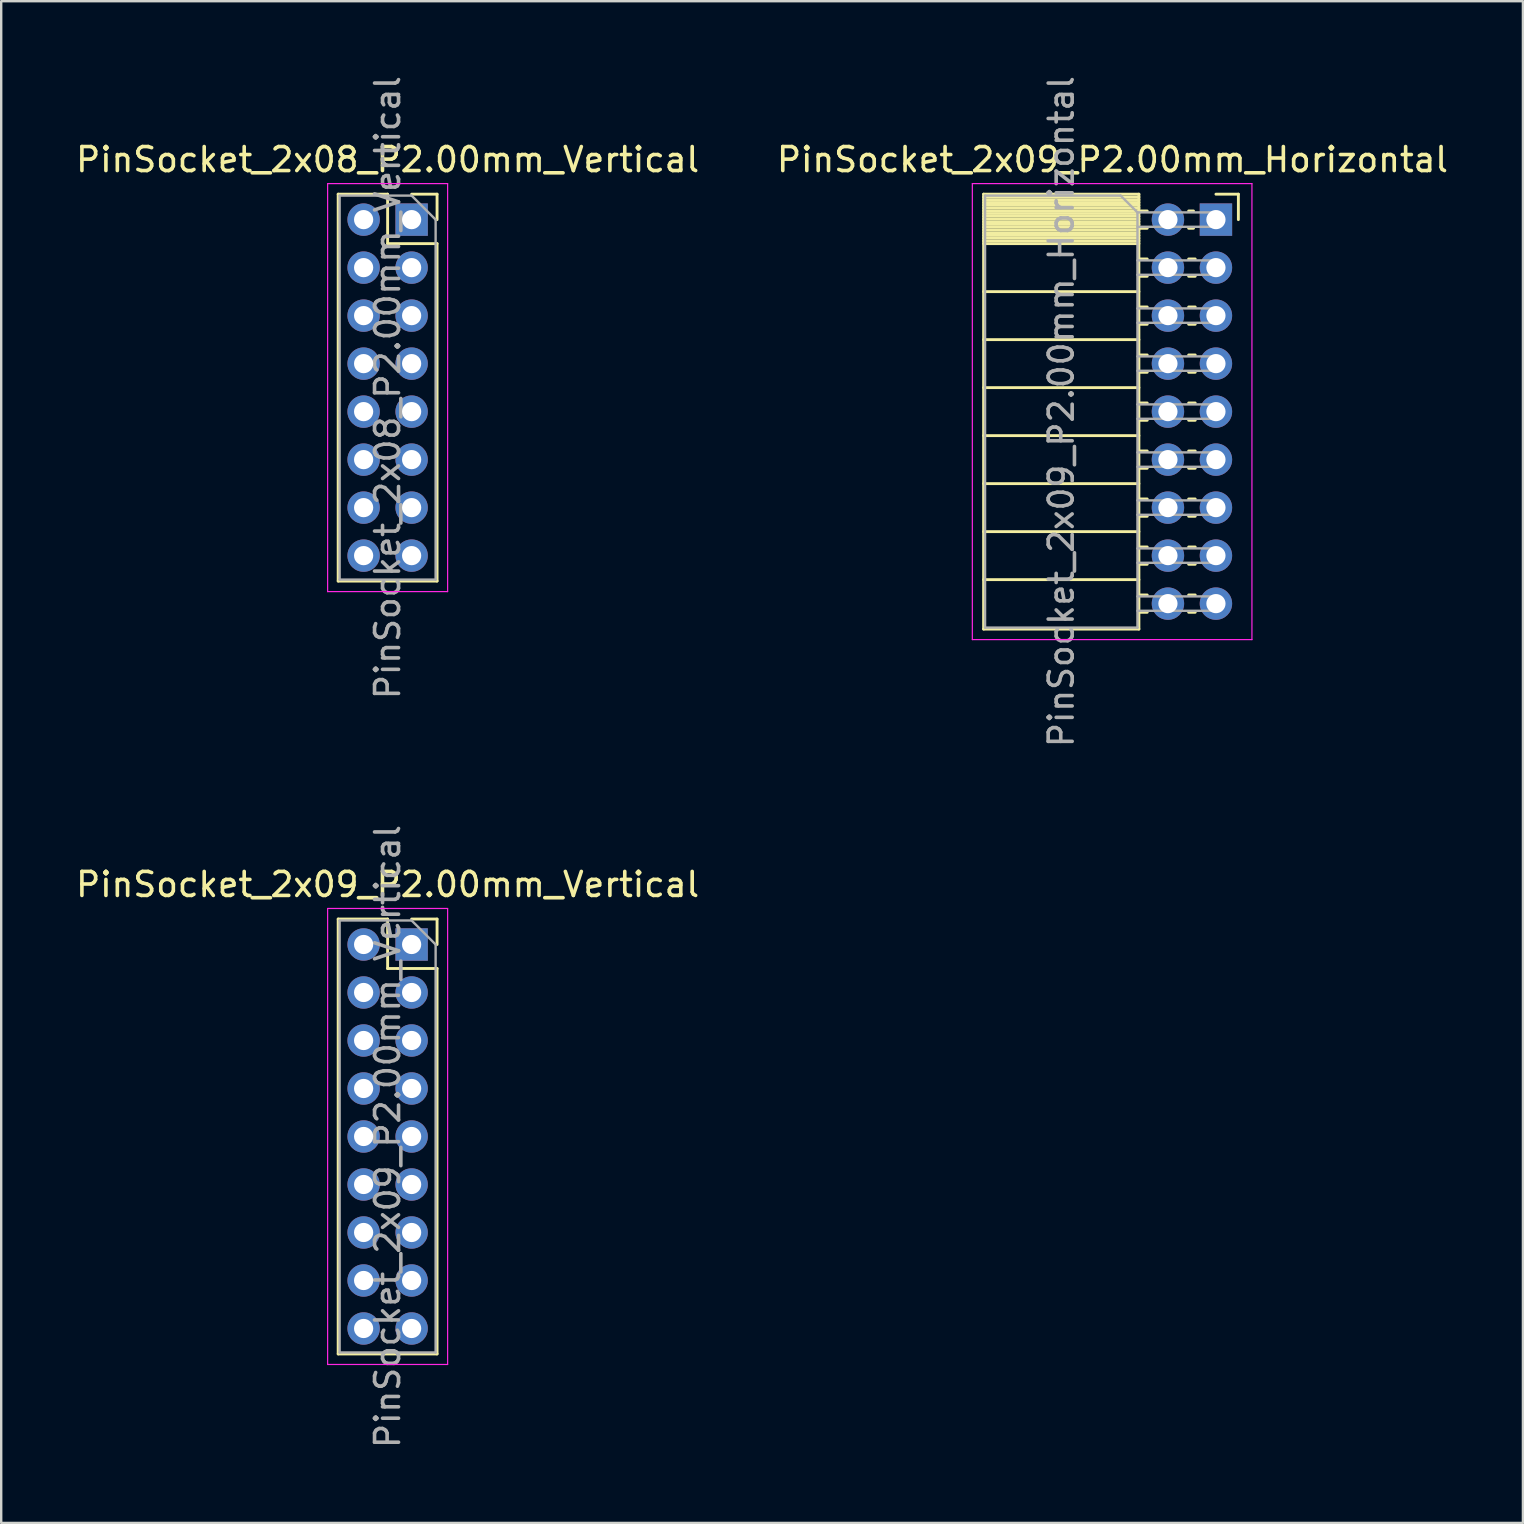
<source format=kicad_pcb>
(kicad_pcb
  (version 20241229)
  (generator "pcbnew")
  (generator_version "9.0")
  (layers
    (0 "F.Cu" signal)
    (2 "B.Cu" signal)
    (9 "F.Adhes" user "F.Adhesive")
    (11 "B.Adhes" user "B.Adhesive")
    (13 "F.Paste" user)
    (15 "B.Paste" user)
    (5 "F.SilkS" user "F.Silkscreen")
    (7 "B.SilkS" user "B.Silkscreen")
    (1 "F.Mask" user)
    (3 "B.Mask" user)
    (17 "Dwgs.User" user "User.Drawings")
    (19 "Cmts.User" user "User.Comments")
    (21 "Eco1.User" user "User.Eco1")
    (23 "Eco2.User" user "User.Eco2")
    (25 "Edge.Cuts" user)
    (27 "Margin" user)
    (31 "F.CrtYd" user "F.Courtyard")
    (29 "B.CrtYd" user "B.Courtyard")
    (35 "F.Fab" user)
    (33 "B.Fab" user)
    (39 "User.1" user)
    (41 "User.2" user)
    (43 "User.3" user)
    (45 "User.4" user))
  (footprint "PinSocket_2x09_P2.00mm_Vertical"
    (layer "F.Cu")
    (at 14.101 36.304)
    (property "Reference" "PinSocket_2x09_P2.00mm_Vertical" (at -1 -2.5 0) (layer "F.SilkS") (effects (font (size 1 1) (thickness 0.15))))
    (attr through_hole)
    (fp_line (start -3.06 -1.06) (end -3.06 17.06) (stroke (width 0.12) (type solid)) (layer "F.SilkS"))
    (fp_line (start -3.06 -1.06) (end -1 -1.06) (stroke (width 0.12) (type solid)) (layer "F.SilkS"))
    (fp_line (start -3.06 17.06) (end 1.06 17.06) (stroke (width 0.12) (type solid)) (layer "F.SilkS"))
    (fp_line (start -1 -1.06) (end -1 1) (stroke (width 0.12) (type solid)) (layer "F.SilkS"))
    (fp_line (start -1 1) (end 1.06 1) (stroke (width 0.12) (type solid)) (layer "F.SilkS"))
    (fp_line (start 0 -1.06) (end 1.06 -1.06) (stroke (width 0.12) (type solid)) (layer "F.SilkS"))
    (fp_line (start 1.06 -1.06) (end 1.06 0) (stroke (width 0.12) (type solid)) (layer "F.SilkS"))
    (fp_line (start 1.06 1) (end 1.06 17.06) (stroke (width 0.12) (type solid)) (layer "F.SilkS"))
    (fp_line (start -3.5 -1.5) (end 1.5 -1.5) (stroke (width 0.05) (type solid)) (layer "F.CrtYd"))
    (fp_line (start -3.5 17.5) (end -3.5 -1.5) (stroke (width 0.05) (type solid)) (layer "F.CrtYd"))
    (fp_line (start 1.5 -1.5) (end 1.5 17.5) (stroke (width 0.05) (type solid)) (layer "F.CrtYd"))
    (fp_line (start 1.5 17.5) (end -3.5 17.5) (stroke (width 0.05) (type solid)) (layer "F.CrtYd"))
    (fp_line (start -3 -1) (end 0 -1) (stroke (width 0.1) (type solid)) (layer "F.Fab"))
    (fp_line (start -3 17) (end -3 -1) (stroke (width 0.1) (type solid)) (layer "F.Fab"))
    (fp_line (start 0 -1) (end 1 0) (stroke (width 0.1) (type solid)) (layer "F.Fab"))
    (fp_line (start 1 0) (end 1 17) (stroke (width 0.1) (type solid)) (layer "F.Fab"))
    (fp_line (start 1 17) (end -3 17) (stroke (width 0.1) (type solid)) (layer "F.Fab"))
    (fp_text user "${REFERENCE}" (at -1 8 90) (layer "F.Fab") (effects (font (size 1 1) (thickness 0.15))))
    (pad "1" thru_hole rect (at 0 0) (size 1.35 1.35) (drill 0.8) (layers "*.Cu" "*.Mask"))
    (pad "2" thru_hole oval (at -2 0) (size 1.35 1.35) (drill 0.8) (layers "*.Cu" "*.Mask"))
    (pad "3" thru_hole oval (at 0 2) (size 1.35 1.35) (drill 0.8) (layers "*.Cu" "*.Mask"))
    (pad "4" thru_hole oval (at -2 2) (size 1.35 1.35) (drill 0.8) (layers "*.Cu" "*.Mask"))
    (pad "5" thru_hole oval (at 0 4) (size 1.35 1.35) (drill 0.8) (layers "*.Cu" "*.Mask"))
    (pad "6" thru_hole oval (at -2 4) (size 1.35 1.35) (drill 0.8) (layers "*.Cu" "*.Mask"))
    (pad "7" thru_hole oval (at 0 6) (size 1.35 1.35) (drill 0.8) (layers "*.Cu" "*.Mask"))
    (pad "8" thru_hole oval (at -2 6) (size 1.35 1.35) (drill 0.8) (layers "*.Cu" "*.Mask"))
    (pad "9" thru_hole oval (at 0 8) (size 1.35 1.35) (drill 0.8) (layers "*.Cu" "*.Mask"))
    (pad "10" thru_hole oval (at -2 8) (size 1.35 1.35) (drill 0.8) (layers "*.Cu" "*.Mask"))
    (pad "11" thru_hole oval (at 0 10) (size 1.35 1.35) (drill 0.8) (layers "*.Cu" "*.Mask"))
    (pad "12" thru_hole oval (at -2 10) (size 1.35 1.35) (drill 0.8) (layers "*.Cu" "*.Mask"))
    (pad "13" thru_hole oval (at 0 12) (size 1.35 1.35) (drill 0.8) (layers "*.Cu" "*.Mask"))
    (pad "14" thru_hole oval (at -2 12) (size 1.35 1.35) (drill 0.8) (layers "*.Cu" "*.Mask"))
    (pad "15" thru_hole oval (at 0 14) (size 1.35 1.35) (drill 0.8) (layers "*.Cu" "*.Mask"))
    (pad "16" thru_hole oval (at -2 14) (size 1.35 1.35) (drill 0.8) (layers "*.Cu" "*.Mask"))
    (pad "17" thru_hole oval (at 0 16) (size 1.35 1.35) (drill 0.8) (layers "*.Cu" "*.Mask"))
    (pad "18" thru_hole oval (at -2 16) (size 1.35 1.35) (drill 0.8) (layers "*.Cu" "*.Mask")))
  (footprint "PinSocket_2x08_P2.00mm_Vertical"
    (layer "F.Cu")
    (at 14.101 6.101)
    (property "Reference" "PinSocket_2x08_P2.00mm_Vertical" (at -1 -2.5 0) (layer "F.SilkS") (effects (font (size 1 1) (thickness 0.15))))
    (attr through_hole)
    (fp_line (start -3.06 -1.06) (end -3.06 15.06) (stroke (width 0.12) (type solid)) (layer "F.SilkS"))
    (fp_line (start -3.06 -1.06) (end -1 -1.06) (stroke (width 0.12) (type solid)) (layer "F.SilkS"))
    (fp_line (start -3.06 15.06) (end 1.06 15.06) (stroke (width 0.12) (type solid)) (layer "F.SilkS"))
    (fp_line (start -1 -1.06) (end -1 1) (stroke (width 0.12) (type solid)) (layer "F.SilkS"))
    (fp_line (start -1 1) (end 1.06 1) (stroke (width 0.12) (type solid)) (layer "F.SilkS"))
    (fp_line (start 0 -1.06) (end 1.06 -1.06) (stroke (width 0.12) (type solid)) (layer "F.SilkS"))
    (fp_line (start 1.06 -1.06) (end 1.06 0) (stroke (width 0.12) (type solid)) (layer "F.SilkS"))
    (fp_line (start 1.06 1) (end 1.06 15.06) (stroke (width 0.12) (type solid)) (layer "F.SilkS"))
    (fp_line (start -3.5 -1.5) (end 1.5 -1.5) (stroke (width 0.05) (type solid)) (layer "F.CrtYd"))
    (fp_line (start -3.5 15.5) (end -3.5 -1.5) (stroke (width 0.05) (type solid)) (layer "F.CrtYd"))
    (fp_line (start 1.5 -1.5) (end 1.5 15.5) (stroke (width 0.05) (type solid)) (layer "F.CrtYd"))
    (fp_line (start 1.5 15.5) (end -3.5 15.5) (stroke (width 0.05) (type solid)) (layer "F.CrtYd"))
    (fp_line (start -3 -1) (end 0 -1) (stroke (width 0.1) (type solid)) (layer "F.Fab"))
    (fp_line (start -3 15) (end -3 -1) (stroke (width 0.1) (type solid)) (layer "F.Fab"))
    (fp_line (start 0 -1) (end 1 0) (stroke (width 0.1) (type solid)) (layer "F.Fab"))
    (fp_line (start 1 0) (end 1 15) (stroke (width 0.1) (type solid)) (layer "F.Fab"))
    (fp_line (start 1 15) (end -3 15) (stroke (width 0.1) (type solid)) (layer "F.Fab"))
    (fp_text user "${REFERENCE}" (at -1 7 90) (layer "F.Fab") (effects (font (size 1 1) (thickness 0.15))))
    (pad "1" thru_hole rect (at 0 0) (size 1.35 1.35) (drill 0.8) (layers "*.Cu" "*.Mask"))
    (pad "2" thru_hole oval (at -2 0) (size 1.35 1.35) (drill 0.8) (layers "*.Cu" "*.Mask"))
    (pad "3" thru_hole oval (at 0 2) (size 1.35 1.35) (drill 0.8) (layers "*.Cu" "*.Mask"))
    (pad "4" thru_hole oval (at -2 2) (size 1.35 1.35) (drill 0.8) (layers "*.Cu" "*.Mask"))
    (pad "5" thru_hole oval (at 0 4) (size 1.35 1.35) (drill 0.8) (layers "*.Cu" "*.Mask"))
    (pad "6" thru_hole oval (at -2 4) (size 1.35 1.35) (drill 0.8) (layers "*.Cu" "*.Mask"))
    (pad "7" thru_hole oval (at 0 6) (size 1.35 1.35) (drill 0.8) (layers "*.Cu" "*.Mask"))
    (pad "8" thru_hole oval (at -2 6) (size 1.35 1.35) (drill 0.8) (layers "*.Cu" "*.Mask"))
    (pad "9" thru_hole oval (at 0 8) (size 1.35 1.35) (drill 0.8) (layers "*.Cu" "*.Mask"))
    (pad "10" thru_hole oval (at -2 8) (size 1.35 1.35) (drill 0.8) (layers "*.Cu" "*.Mask"))
    (pad "11" thru_hole oval (at 0 10) (size 1.35 1.35) (drill 0.8) (layers "*.Cu" "*.Mask"))
    (pad "12" thru_hole oval (at -2 10) (size 1.35 1.35) (drill 0.8) (layers "*.Cu" "*.Mask"))
    (pad "13" thru_hole oval (at 0 12) (size 1.35 1.35) (drill 0.8) (layers "*.Cu" "*.Mask"))
    (pad "14" thru_hole oval (at -2 12) (size 1.35 1.35) (drill 0.8) (layers "*.Cu" "*.Mask"))
    (pad "15" thru_hole oval (at 0 14) (size 1.35 1.35) (drill 0.8) (layers "*.Cu" "*.Mask"))
    (pad "16" thru_hole oval (at -2 14) (size 1.35 1.35) (drill 0.8) (layers "*.Cu" "*.Mask")))
  (footprint "PinSocket_2x09_P2.00mm_Horizontal"
    (layer "F.Cu")
    (at 47.614 6.101)
    (property "Reference" "PinSocket_2x09_P2.00mm_Horizontal" (at -4.31 -2.5 0) (layer "F.SilkS") (effects (font (size 1 1) (thickness 0.15))))
    (attr through_hole)
    (fp_line (start -9.68 -1.06) (end -9.68 17.06) (stroke (width 0.12) (type solid)) (layer "F.SilkS"))
    (fp_line (start -9.68 -1.06) (end -3.21 -1.06) (stroke (width 0.12) (type solid)) (layer "F.SilkS"))
    (fp_line (start -9.68 -0.94) (end -3.21 -0.94) (stroke (width 0.12) (type solid)) (layer "F.SilkS"))
    (fp_line (start -9.68 -0.826) (end -3.21 -0.826) (stroke (width 0.12) (type solid)) (layer "F.SilkS"))
    (fp_line (start -9.68 -0.712) (end -3.21 -0.712) (stroke (width 0.12) (type solid)) (layer "F.SilkS"))
    (fp_line (start -9.68 -0.598) (end -3.21 -0.598) (stroke (width 0.12) (type solid)) (layer "F.SilkS"))
    (fp_line (start -9.68 -0.484) (end -3.21 -0.484) (stroke (width 0.12) (type solid)) (layer "F.SilkS"))
    (fp_line (start -9.68 -0.369) (end -3.21 -0.369) (stroke (width 0.12) (type solid)) (layer "F.SilkS"))
    (fp_line (start -9.68 -0.255) (end -3.21 -0.255) (stroke (width 0.12) (type solid)) (layer "F.SilkS"))
    (fp_line (start -9.68 -0.141) (end -3.21 -0.141) (stroke (width 0.12) (type solid)) (layer "F.SilkS"))
    (fp_line (start -9.68 -0.027) (end -3.21 -0.027) (stroke (width 0.12) (type solid)) (layer "F.SilkS"))
    (fp_line (start -9.68 0.087) (end -3.21 0.087) (stroke (width 0.12) (type solid)) (layer "F.SilkS"))
    (fp_line (start -9.68 0.201) (end -3.21 0.201) (stroke (width 0.12) (type solid)) (layer "F.SilkS"))
    (fp_line (start -9.68 0.315) (end -3.21 0.315) (stroke (width 0.12) (type solid)) (layer "F.SilkS"))
    (fp_line (start -9.68 0.429) (end -3.21 0.429) (stroke (width 0.12) (type solid)) (layer "F.SilkS"))
    (fp_line (start -9.68 0.544) (end -3.21 0.544) (stroke (width 0.12) (type solid)) (layer "F.SilkS"))
    (fp_line (start -9.68 0.658) (end -3.21 0.658) (stroke (width 0.12) (type solid)) (layer "F.SilkS"))
    (fp_line (start -9.68 0.772) (end -3.21 0.772) (stroke (width 0.12) (type solid)) (layer "F.SilkS"))
    (fp_line (start -9.68 0.886) (end -3.21 0.886) (stroke (width 0.12) (type solid)) (layer "F.SilkS"))
    (fp_line (start -9.68 1) (end -3.21 1) (stroke (width 0.12) (type solid)) (layer "F.SilkS"))
    (fp_line (start -9.68 3) (end -3.21 3) (stroke (width 0.12) (type solid)) (layer "F.SilkS"))
    (fp_line (start -9.68 5) (end -3.21 5) (stroke (width 0.12) (type solid)) (layer "F.SilkS"))
    (fp_line (start -9.68 7) (end -3.21 7) (stroke (width 0.12) (type solid)) (layer "F.SilkS"))
    (fp_line (start -9.68 9) (end -3.21 9) (stroke (width 0.12) (type solid)) (layer "F.SilkS"))
    (fp_line (start -9.68 11) (end -3.21 11) (stroke (width 0.12) (type solid)) (layer "F.SilkS"))
    (fp_line (start -9.68 13) (end -3.21 13) (stroke (width 0.12) (type solid)) (layer "F.SilkS"))
    (fp_line (start -9.68 15) (end -3.21 15) (stroke (width 0.12) (type solid)) (layer "F.SilkS"))
    (fp_line (start -9.68 17.06) (end -3.21 17.06) (stroke (width 0.12) (type solid)) (layer "F.SilkS"))
    (fp_line (start -3.21 -1.06) (end -3.21 17.06) (stroke (width 0.12) (type solid)) (layer "F.SilkS"))
    (fp_line (start -3.21 -0.36) (end -2.863 -0.36) (stroke (width 0.12) (type solid)) (layer "F.SilkS"))
    (fp_line (start -3.21 0.36) (end -2.863 0.36) (stroke (width 0.12) (type solid)) (layer "F.SilkS"))
    (fp_line (start -3.21 1.64) (end -2.863 1.64) (stroke (width 0.12) (type solid)) (layer "F.SilkS"))
    (fp_line (start -3.21 2.36) (end -2.863 2.36) (stroke (width 0.12) (type solid)) (layer "F.SilkS"))
    (fp_line (start -3.21 3.64) (end -2.863 3.64) (stroke (width 0.12) (type solid)) (layer "F.SilkS"))
    (fp_line (start -3.21 4.36) (end -2.863 4.36) (stroke (width 0.12) (type solid)) (layer "F.SilkS"))
    (fp_line (start -3.21 5.64) (end -2.863 5.64) (stroke (width 0.12) (type solid)) (layer "F.SilkS"))
    (fp_line (start -3.21 6.36) (end -2.863 6.36) (stroke (width 0.12) (type solid)) (layer "F.SilkS"))
    (fp_line (start -3.21 7.64) (end -2.863 7.64) (stroke (width 0.12) (type solid)) (layer "F.SilkS"))
    (fp_line (start -3.21 8.36) (end -2.863 8.36) (stroke (width 0.12) (type solid)) (layer "F.SilkS"))
    (fp_line (start -3.21 9.64) (end -2.863 9.64) (stroke (width 0.12) (type solid)) (layer "F.SilkS"))
    (fp_line (start -3.21 10.36) (end -2.863 10.36) (stroke (width 0.12) (type solid)) (layer "F.SilkS"))
    (fp_line (start -3.21 11.64) (end -2.863 11.64) (stroke (width 0.12) (type solid)) (layer "F.SilkS"))
    (fp_line (start -3.21 12.36) (end -2.863 12.36) (stroke (width 0.12) (type solid)) (layer "F.SilkS"))
    (fp_line (start -3.21 13.64) (end -2.863 13.64) (stroke (width 0.12) (type solid)) (layer "F.SilkS"))
    (fp_line (start -3.21 14.36) (end -2.863 14.36) (stroke (width 0.12) (type solid)) (layer "F.SilkS"))
    (fp_line (start -3.21 15.64) (end -2.863 15.64) (stroke (width 0.12) (type solid)) (layer "F.SilkS"))
    (fp_line (start -3.21 16.36) (end -2.863 16.36) (stroke (width 0.12) (type solid)) (layer "F.SilkS"))
    (fp_line (start -1.137 -0.36) (end -0.935 -0.36) (stroke (width 0.12) (type solid)) (layer "F.SilkS"))
    (fp_line (start -1.137 0.36) (end -0.935 0.36) (stroke (width 0.12) (type solid)) (layer "F.SilkS"))
    (fp_line (start -1.137 1.64) (end -0.863 1.64) (stroke (width 0.12) (type solid)) (layer "F.SilkS"))
    (fp_line (start -1.137 2.36) (end -0.863 2.36) (stroke (width 0.12) (type solid)) (layer "F.SilkS"))
    (fp_line (start -1.137 3.64) (end -0.863 3.64) (stroke (width 0.12) (type solid)) (layer "F.SilkS"))
    (fp_line (start -1.137 4.36) (end -0.863 4.36) (stroke (width 0.12) (type solid)) (layer "F.SilkS"))
    (fp_line (start -1.137 5.64) (end -0.863 5.64) (stroke (width 0.12) (type solid)) (layer "F.SilkS"))
    (fp_line (start -1.137 6.36) (end -0.863 6.36) (stroke (width 0.12) (type solid)) (layer "F.SilkS"))
    (fp_line (start -1.137 7.64) (end -0.863 7.64) (stroke (width 0.12) (type solid)) (layer "F.SilkS"))
    (fp_line (start -1.137 8.36) (end -0.863 8.36) (stroke (width 0.12) (type solid)) (layer "F.SilkS"))
    (fp_line (start -1.137 9.64) (end -0.863 9.64) (stroke (width 0.12) (type solid)) (layer "F.SilkS"))
    (fp_line (start -1.137 10.36) (end -0.863 10.36) (stroke (width 0.12) (type solid)) (layer "F.SilkS"))
    (fp_line (start -1.137 11.64) (end -0.863 11.64) (stroke (width 0.12) (type solid)) (layer "F.SilkS"))
    (fp_line (start -1.137 12.36) (end -0.863 12.36) (stroke (width 0.12) (type solid)) (layer "F.SilkS"))
    (fp_line (start -1.137 13.64) (end -0.863 13.64) (stroke (width 0.12) (type solid)) (layer "F.SilkS"))
    (fp_line (start -1.137 14.36) (end -0.863 14.36) (stroke (width 0.12) (type solid)) (layer "F.SilkS"))
    (fp_line (start -1.137 15.64) (end -0.863 15.64) (stroke (width 0.12) (type solid)) (layer "F.SilkS"))
    (fp_line (start -1.137 16.36) (end -0.863 16.36) (stroke (width 0.12) (type solid)) (layer "F.SilkS"))
    (fp_line (start 0 -1.06) (end 0.935 -1.06) (stroke (width 0.12) (type solid)) (layer "F.SilkS"))
    (fp_line (start 0.935 -1.06) (end 0.935 0) (stroke (width 0.12) (type solid)) (layer "F.SilkS"))
    (fp_line (start -10.15 -1.5) (end -10.15 17.5) (stroke (width 0.05) (type solid)) (layer "F.CrtYd"))
    (fp_line (start -10.15 17.5) (end 1.5 17.5) (stroke (width 0.05) (type solid)) (layer "F.CrtYd"))
    (fp_line (start 1.5 -1.5) (end -10.15 -1.5) (stroke (width 0.05) (type solid)) (layer "F.CrtYd"))
    (fp_line (start 1.5 17.5) (end 1.5 -1.5) (stroke (width 0.05) (type solid)) (layer "F.CrtYd"))
    (fp_line (start -9.62 -1) (end -3.97 -1) (stroke (width 0.1) (type solid)) (layer "F.Fab"))
    (fp_line (start -9.62 17) (end -9.62 -1) (stroke (width 0.1) (type solid)) (layer "F.Fab"))
    (fp_line (start -3.97 -1) (end -3.27 -0.3) (stroke (width 0.1) (type solid)) (layer "F.Fab"))
    (fp_line (start -3.27 -0.3) (end -3.27 17) (stroke (width 0.1) (type solid)) (layer "F.Fab"))
    (fp_line (start -3.27 0.3) (end 0 0.3) (stroke (width 0.1) (type solid)) (layer "F.Fab"))
    (fp_line (start -3.27 2.3) (end 0 2.3) (stroke (width 0.1) (type solid)) (layer "F.Fab"))
    (fp_line (start -3.27 4.3) (end 0 4.3) (stroke (width 0.1) (type solid)) (layer "F.Fab"))
    (fp_line (start -3.27 6.3) (end 0 6.3) (stroke (width 0.1) (type solid)) (layer "F.Fab"))
    (fp_line (start -3.27 8.3) (end 0 8.3) (stroke (width 0.1) (type solid)) (layer "F.Fab"))
    (fp_line (start -3.27 10.3) (end 0 10.3) (stroke (width 0.1) (type solid)) (layer "F.Fab"))
    (fp_line (start -3.27 12.3) (end 0 12.3) (stroke (width 0.1) (type solid)) (layer "F.Fab"))
    (fp_line (start -3.27 14.3) (end 0 14.3) (stroke (width 0.1) (type solid)) (layer "F.Fab"))
    (fp_line (start -3.27 16.3) (end 0 16.3) (stroke (width 0.1) (type solid)) (layer "F.Fab"))
    (fp_line (start -3.27 17) (end -9.62 17) (stroke (width 0.1) (type solid)) (layer "F.Fab"))
    (fp_line (start 0 -0.3) (end -3.27 -0.3) (stroke (width 0.1) (type solid)) (layer "F.Fab"))
    (fp_line (start 0 0.3) (end 0 -0.3) (stroke (width 0.1) (type solid)) (layer "F.Fab"))
    (fp_line (start 0 1.7) (end -3.27 1.7) (stroke (width 0.1) (type solid)) (layer "F.Fab"))
    (fp_line (start 0 2.3) (end 0 1.7) (stroke (width 0.1) (type solid)) (layer "F.Fab"))
    (fp_line (start 0 3.7) (end -3.27 3.7) (stroke (width 0.1) (type solid)) (layer "F.Fab"))
    (fp_line (start 0 4.3) (end 0 3.7) (stroke (width 0.1) (type solid)) (layer "F.Fab"))
    (fp_line (start 0 5.7) (end -3.27 5.7) (stroke (width 0.1) (type solid)) (layer "F.Fab"))
    (fp_line (start 0 6.3) (end 0 5.7) (stroke (width 0.1) (type solid)) (layer "F.Fab"))
    (fp_line (start 0 7.7) (end -3.27 7.7) (stroke (width 0.1) (type solid)) (layer "F.Fab"))
    (fp_line (start 0 8.3) (end 0 7.7) (stroke (width 0.1) (type solid)) (layer "F.Fab"))
    (fp_line (start 0 9.7) (end -3.27 9.7) (stroke (width 0.1) (type solid)) (layer "F.Fab"))
    (fp_line (start 0 10.3) (end 0 9.7) (stroke (width 0.1) (type solid)) (layer "F.Fab"))
    (fp_line (start 0 11.7) (end -3.27 11.7) (stroke (width 0.1) (type solid)) (layer "F.Fab"))
    (fp_line (start 0 12.3) (end 0 11.7) (stroke (width 0.1) (type solid)) (layer "F.Fab"))
    (fp_line (start 0 13.7) (end -3.27 13.7) (stroke (width 0.1) (type solid)) (layer "F.Fab"))
    (fp_line (start 0 14.3) (end 0 13.7) (stroke (width 0.1) (type solid)) (layer "F.Fab"))
    (fp_line (start 0 15.7) (end -3.27 15.7) (stroke (width 0.1) (type solid)) (layer "F.Fab"))
    (fp_line (start 0 16.3) (end 0 15.7) (stroke (width 0.1) (type solid)) (layer "F.Fab"))
    (fp_text user "${REFERENCE}" (at -6.445 8 90) (layer "F.Fab") (effects (font (size 1 1) (thickness 0.15))))
    (pad "1" thru_hole rect (at 0 0) (size 1.35 1.35) (drill 0.8) (layers "*.Cu" "*.Mask"))
    (pad "2" thru_hole oval (at -2 0) (size 1.35 1.35) (drill 0.8) (layers "*.Cu" "*.Mask"))
    (pad "3" thru_hole oval (at 0 2) (size 1.35 1.35) (drill 0.8) (layers "*.Cu" "*.Mask"))
    (pad "4" thru_hole oval (at -2 2) (size 1.35 1.35) (drill 0.8) (layers "*.Cu" "*.Mask"))
    (pad "5" thru_hole oval (at 0 4) (size 1.35 1.35) (drill 0.8) (layers "*.Cu" "*.Mask"))
    (pad "6" thru_hole oval (at -2 4) (size 1.35 1.35) (drill 0.8) (layers "*.Cu" "*.Mask"))
    (pad "7" thru_hole oval (at 0 6) (size 1.35 1.35) (drill 0.8) (layers "*.Cu" "*.Mask"))
    (pad "8" thru_hole oval (at -2 6) (size 1.35 1.35) (drill 0.8) (layers "*.Cu" "*.Mask"))
    (pad "9" thru_hole oval (at 0 8) (size 1.35 1.35) (drill 0.8) (layers "*.Cu" "*.Mask"))
    (pad "10" thru_hole oval (at -2 8) (size 1.35 1.35) (drill 0.8) (layers "*.Cu" "*.Mask"))
    (pad "11" thru_hole oval (at 0 10) (size 1.35 1.35) (drill 0.8) (layers "*.Cu" "*.Mask"))
    (pad "12" thru_hole oval (at -2 10) (size 1.35 1.35) (drill 0.8) (layers "*.Cu" "*.Mask"))
    (pad "13" thru_hole oval (at 0 12) (size 1.35 1.35) (drill 0.8) (layers "*.Cu" "*.Mask"))
    (pad "14" thru_hole oval (at -2 12) (size 1.35 1.35) (drill 0.8) (layers "*.Cu" "*.Mask"))
    (pad "15" thru_hole oval (at 0 14) (size 1.35 1.35) (drill 0.8) (layers "*.Cu" "*.Mask"))
    (pad "16" thru_hole oval (at -2 14) (size 1.35 1.35) (drill 0.8) (layers "*.Cu" "*.Mask"))
    (pad "17" thru_hole oval (at 0 16) (size 1.35 1.35) (drill 0.8) (layers "*.Cu" "*.Mask"))
    (pad "18" thru_hole oval (at -2 16) (size 1.35 1.35) (drill 0.8) (layers "*.Cu" "*.Mask")))
  (gr_rect
    (start -3 -3)
    (end 60.405 60.405)
    (stroke (width 0.1) (type default))
    (fill no)
    (layer "Edge.Cuts")))
</source>
